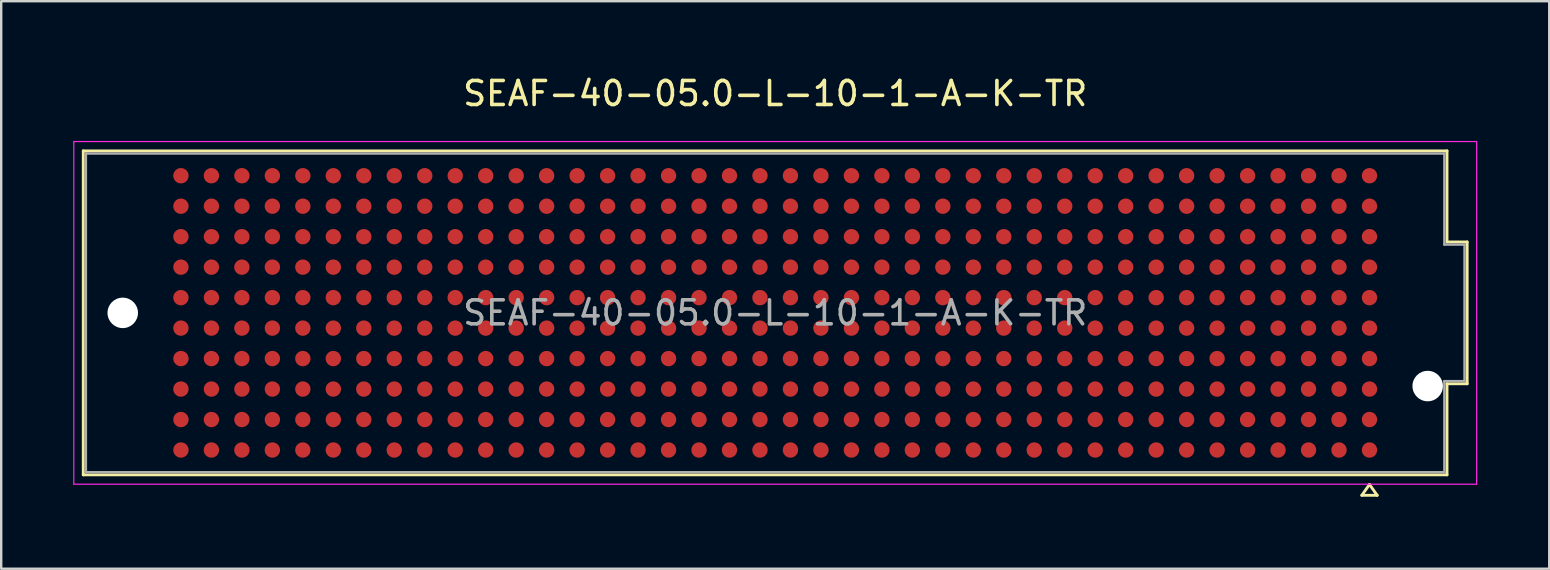
<source format=kicad_pcb>
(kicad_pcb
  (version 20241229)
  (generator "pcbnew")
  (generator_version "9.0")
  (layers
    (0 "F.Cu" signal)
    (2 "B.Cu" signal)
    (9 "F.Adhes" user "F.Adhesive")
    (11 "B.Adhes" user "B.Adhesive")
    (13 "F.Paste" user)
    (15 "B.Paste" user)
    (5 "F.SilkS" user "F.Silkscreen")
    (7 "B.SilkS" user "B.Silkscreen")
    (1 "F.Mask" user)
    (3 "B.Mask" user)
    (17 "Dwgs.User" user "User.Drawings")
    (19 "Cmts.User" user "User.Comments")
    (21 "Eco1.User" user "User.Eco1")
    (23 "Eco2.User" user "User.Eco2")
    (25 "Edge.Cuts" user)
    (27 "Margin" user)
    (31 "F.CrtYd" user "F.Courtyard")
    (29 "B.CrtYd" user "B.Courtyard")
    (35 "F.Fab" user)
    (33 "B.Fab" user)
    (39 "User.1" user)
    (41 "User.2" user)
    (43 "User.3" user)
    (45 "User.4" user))
  (footprint "SEAF-40-05.0-L-10-1-A-K-TR"
    (layer "F.Cu")
    (at 29.255 9.988)
    (property "Reference" "SEAF-40-05.0-L-10-1-A-K-TR" (at 0 -9.14 0) (layer "F.SilkS") (effects (font (size 1 1) (thickness 0.15))))
    (attr smd)
    (fp_line (start -28.835 -6.75) (end 27.995 -6.75) (stroke (width 0.12) (type solid)) (layer "F.SilkS"))
    (fp_line (start -28.835 6.75) (end -28.835 -6.75) (stroke (width 0.12) (type solid)) (layer "F.SilkS"))
    (fp_line (start 24.445 7.603) (end 25.085 7.603) (stroke (width 0.12) (type solid)) (layer "F.SilkS"))
    (fp_line (start 24.765 7.15) (end 24.445 7.603) (stroke (width 0.12) (type solid)) (layer "F.SilkS"))
    (fp_line (start 25.085 7.603) (end 24.765 7.15) (stroke (width 0.12) (type solid)) (layer "F.SilkS"))
    (fp_line (start 27.995 -6.75) (end 27.995 -2.955) (stroke (width 0.12) (type solid)) (layer "F.SilkS"))
    (fp_line (start 27.995 -2.955) (end 28.835 -2.955) (stroke (width 0.12) (type solid)) (layer "F.SilkS"))
    (fp_line (start 27.995 2.955) (end 27.995 6.75) (stroke (width 0.12) (type solid)) (layer "F.SilkS"))
    (fp_line (start 27.995 6.75) (end -28.835 6.75) (stroke (width 0.12) (type solid)) (layer "F.SilkS"))
    (fp_line (start 28.835 -2.955) (end 28.835 2.955) (stroke (width 0.12) (type solid)) (layer "F.SilkS"))
    (fp_line (start 28.835 2.955) (end 27.995 2.955) (stroke (width 0.12) (type solid)) (layer "F.SilkS"))
    (fp_line (start -29.23 -7.14) (end -29.23 7.14) (stroke (width 0.05) (type solid)) (layer "F.CrtYd"))
    (fp_line (start -29.23 7.14) (end 29.23 7.14) (stroke (width 0.05) (type solid)) (layer "F.CrtYd"))
    (fp_line (start 29.23 -7.14) (end -29.23 -7.14) (stroke (width 0.05) (type solid)) (layer "F.CrtYd"))
    (fp_line (start 29.23 7.14) (end 29.23 -7.14) (stroke (width 0.05) (type solid)) (layer "F.CrtYd"))
    (fp_line (start -28.725 -6.64) (end 27.885 -6.64) (stroke (width 0.1) (type solid)) (layer "F.Fab"))
    (fp_line (start -28.725 6.64) (end -28.725 -6.64) (stroke (width 0.1) (type solid)) (layer "F.Fab"))
    (fp_line (start 27.885 -6.64) (end 27.885 -2.845) (stroke (width 0.1) (type solid)) (layer "F.Fab"))
    (fp_line (start 27.885 -2.845) (end 28.725 -2.845) (stroke (width 0.1) (type solid)) (layer "F.Fab"))
    (fp_line (start 27.885 2.845) (end 27.885 6.64) (stroke (width 0.1) (type solid)) (layer "F.Fab"))
    (fp_line (start 27.885 6.64) (end -28.725 6.64) (stroke (width 0.1) (type solid)) (layer "F.Fab"))
    (fp_line (start 28.725 -2.845) (end 28.725 2.845) (stroke (width 0.1) (type solid)) (layer "F.Fab"))
    (fp_line (start 28.725 2.845) (end 27.885 2.845) (stroke (width 0.1) (type solid)) (layer "F.Fab"))
    (fp_text user "${REFERENCE}" (at 0 0 0) (layer "F.Fab") (effects (font (size 1 1) (thickness 0.15))))
    (pad "" np_thru_hole circle (at -27.19 0) (size 1.27 1.27) (drill 1.27) (layers "*.Cu" "*.Mask"))
    (pad "" np_thru_hole circle (at 27.19 3.05) (size 1.27 1.27) (drill 1.27) (layers "*.Cu" "*.Mask"))
    (pad "A1" smd circle (at 24.765 5.715) (size 0.64 0.64) (layers "F.Cu" "F.Mask" "F.Paste"))
    (pad "A2" smd circle (at 23.495 5.715) (size 0.64 0.64) (layers "F.Cu" "F.Mask" "F.Paste"))
    (pad "A3" smd circle (at 22.225 5.715) (size 0.64 0.64) (layers "F.Cu" "F.Mask" "F.Paste"))
    (pad "A4" smd circle (at 20.955 5.715) (size 0.64 0.64) (layers "F.Cu" "F.Mask" "F.Paste"))
    (pad "A5" smd circle (at 19.685 5.715) (size 0.64 0.64) (layers "F.Cu" "F.Mask" "F.Paste"))
    (pad "A6" smd circle (at 18.415 5.715) (size 0.64 0.64) (layers "F.Cu" "F.Mask" "F.Paste"))
    (pad "A7" smd circle (at 17.145 5.715) (size 0.64 0.64) (layers "F.Cu" "F.Mask" "F.Paste"))
    (pad "A8" smd circle (at 15.875 5.715) (size 0.64 0.64) (layers "F.Cu" "F.Mask" "F.Paste"))
    (pad "A9" smd circle (at 14.605 5.715) (size 0.64 0.64) (layers "F.Cu" "F.Mask" "F.Paste"))
    (pad "A10" smd circle (at 13.335 5.715) (size 0.64 0.64) (layers "F.Cu" "F.Mask" "F.Paste"))
    (pad "A11" smd circle (at 12.065 5.715) (size 0.64 0.64) (layers "F.Cu" "F.Mask" "F.Paste"))
    (pad "A12" smd circle (at 10.795 5.715) (size 0.64 0.64) (layers "F.Cu" "F.Mask" "F.Paste"))
    (pad "A13" smd circle (at 9.525 5.715) (size 0.64 0.64) (layers "F.Cu" "F.Mask" "F.Paste"))
    (pad "A14" smd circle (at 8.255 5.715) (size 0.64 0.64) (layers "F.Cu" "F.Mask" "F.Paste"))
    (pad "A15" smd circle (at 6.985 5.715) (size 0.64 0.64) (layers "F.Cu" "F.Mask" "F.Paste"))
    (pad "A16" smd circle (at 5.715 5.715) (size 0.64 0.64) (layers "F.Cu" "F.Mask" "F.Paste"))
    (pad "A17" smd circle (at 4.445 5.715) (size 0.64 0.64) (layers "F.Cu" "F.Mask" "F.Paste"))
    (pad "A18" smd circle (at 3.175 5.715) (size 0.64 0.64) (layers "F.Cu" "F.Mask" "F.Paste"))
    (pad "A19" smd circle (at 1.905 5.715) (size 0.64 0.64) (layers "F.Cu" "F.Mask" "F.Paste"))
    (pad "A20" smd circle (at 0.635 5.715) (size 0.64 0.64) (layers "F.Cu" "F.Mask" "F.Paste"))
    (pad "A21" smd circle (at -0.635 5.715) (size 0.64 0.64) (layers "F.Cu" "F.Mask" "F.Paste"))
    (pad "A22" smd circle (at -1.905 5.715) (size 0.64 0.64) (layers "F.Cu" "F.Mask" "F.Paste"))
    (pad "A23" smd circle (at -3.175 5.715) (size 0.64 0.64) (layers "F.Cu" "F.Mask" "F.Paste"))
    (pad "A24" smd circle (at -4.445 5.715) (size 0.64 0.64) (layers "F.Cu" "F.Mask" "F.Paste"))
    (pad "A25" smd circle (at -5.715 5.715) (size 0.64 0.64) (layers "F.Cu" "F.Mask" "F.Paste"))
    (pad "A26" smd circle (at -6.985 5.715) (size 0.64 0.64) (layers "F.Cu" "F.Mask" "F.Paste"))
    (pad "A27" smd circle (at -8.255 5.715) (size 0.64 0.64) (layers "F.Cu" "F.Mask" "F.Paste"))
    (pad "A28" smd circle (at -9.525 5.715) (size 0.64 0.64) (layers "F.Cu" "F.Mask" "F.Paste"))
    (pad "A29" smd circle (at -10.795 5.715) (size 0.64 0.64) (layers "F.Cu" "F.Mask" "F.Paste"))
    (pad "A30" smd circle (at -12.065 5.715) (size 0.64 0.64) (layers "F.Cu" "F.Mask" "F.Paste"))
    (pad "A31" smd circle (at -13.335 5.715) (size 0.64 0.64) (layers "F.Cu" "F.Mask" "F.Paste"))
    (pad "A32" smd circle (at -14.605 5.715) (size 0.64 0.64) (layers "F.Cu" "F.Mask" "F.Paste"))
    (pad "A33" smd circle (at -15.875 5.715) (size 0.64 0.64) (layers "F.Cu" "F.Mask" "F.Paste"))
    (pad "A34" smd circle (at -17.145 5.715) (size 0.64 0.64) (layers "F.Cu" "F.Mask" "F.Paste"))
    (pad "A35" smd circle (at -18.415 5.715) (size 0.64 0.64) (layers "F.Cu" "F.Mask" "F.Paste"))
    (pad "A36" smd circle (at -19.685 5.715) (size 0.64 0.64) (layers "F.Cu" "F.Mask" "F.Paste"))
    (pad "A37" smd circle (at -20.955 5.715) (size 0.64 0.64) (layers "F.Cu" "F.Mask" "F.Paste"))
    (pad "A38" smd circle (at -22.225 5.715) (size 0.64 0.64) (layers "F.Cu" "F.Mask" "F.Paste"))
    (pad "A39" smd circle (at -23.495 5.715) (size 0.64 0.64) (layers "F.Cu" "F.Mask" "F.Paste"))
    (pad "A40" smd circle (at -24.765 5.715) (size 0.64 0.64) (layers "F.Cu" "F.Mask" "F.Paste"))
    (pad "B1" smd circle (at 24.765 4.445) (size 0.64 0.64) (layers "F.Cu" "F.Mask" "F.Paste"))
    (pad "B2" smd circle (at 23.495 4.445) (size 0.64 0.64) (layers "F.Cu" "F.Mask" "F.Paste"))
    (pad "B3" smd circle (at 22.225 4.445) (size 0.64 0.64) (layers "F.Cu" "F.Mask" "F.Paste"))
    (pad "B4" smd circle (at 20.955 4.445) (size 0.64 0.64) (layers "F.Cu" "F.Mask" "F.Paste"))
    (pad "B5" smd circle (at 19.685 4.445) (size 0.64 0.64) (layers "F.Cu" "F.Mask" "F.Paste"))
    (pad "B6" smd circle (at 18.415 4.445) (size 0.64 0.64) (layers "F.Cu" "F.Mask" "F.Paste"))
    (pad "B7" smd circle (at 17.145 4.445) (size 0.64 0.64) (layers "F.Cu" "F.Mask" "F.Paste"))
    (pad "B8" smd circle (at 15.875 4.445) (size 0.64 0.64) (layers "F.Cu" "F.Mask" "F.Paste"))
    (pad "B9" smd circle (at 14.605 4.445) (size 0.64 0.64) (layers "F.Cu" "F.Mask" "F.Paste"))
    (pad "B10" smd circle (at 13.335 4.445) (size 0.64 0.64) (layers "F.Cu" "F.Mask" "F.Paste"))
    (pad "B11" smd circle (at 12.065 4.445) (size 0.64 0.64) (layers "F.Cu" "F.Mask" "F.Paste"))
    (pad "B12" smd circle (at 10.795 4.445) (size 0.64 0.64) (layers "F.Cu" "F.Mask" "F.Paste"))
    (pad "B13" smd circle (at 9.525 4.445) (size 0.64 0.64) (layers "F.Cu" "F.Mask" "F.Paste"))
    (pad "B14" smd circle (at 8.255 4.445) (size 0.64 0.64) (layers "F.Cu" "F.Mask" "F.Paste"))
    (pad "B15" smd circle (at 6.985 4.445) (size 0.64 0.64) (layers "F.Cu" "F.Mask" "F.Paste"))
    (pad "B16" smd circle (at 5.715 4.445) (size 0.64 0.64) (layers "F.Cu" "F.Mask" "F.Paste"))
    (pad "B17" smd circle (at 4.445 4.445) (size 0.64 0.64) (layers "F.Cu" "F.Mask" "F.Paste"))
    (pad "B18" smd circle (at 3.175 4.445) (size 0.64 0.64) (layers "F.Cu" "F.Mask" "F.Paste"))
    (pad "B19" smd circle (at 1.905 4.445) (size 0.64 0.64) (layers "F.Cu" "F.Mask" "F.Paste"))
    (pad "B20" smd circle (at 0.635 4.445) (size 0.64 0.64) (layers "F.Cu" "F.Mask" "F.Paste"))
    (pad "B21" smd circle (at -0.635 4.445) (size 0.64 0.64) (layers "F.Cu" "F.Mask" "F.Paste"))
    (pad "B22" smd circle (at -1.905 4.445) (size 0.64 0.64) (layers "F.Cu" "F.Mask" "F.Paste"))
    (pad "B23" smd circle (at -3.175 4.445) (size 0.64 0.64) (layers "F.Cu" "F.Mask" "F.Paste"))
    (pad "B24" smd circle (at -4.445 4.445) (size 0.64 0.64) (layers "F.Cu" "F.Mask" "F.Paste"))
    (pad "B25" smd circle (at -5.715 4.445) (size 0.64 0.64) (layers "F.Cu" "F.Mask" "F.Paste"))
    (pad "B26" smd circle (at -6.985 4.445) (size 0.64 0.64) (layers "F.Cu" "F.Mask" "F.Paste"))
    (pad "B27" smd circle (at -8.255 4.445) (size 0.64 0.64) (layers "F.Cu" "F.Mask" "F.Paste"))
    (pad "B28" smd circle (at -9.525 4.445) (size 0.64 0.64) (layers "F.Cu" "F.Mask" "F.Paste"))
    (pad "B29" smd circle (at -10.795 4.445) (size 0.64 0.64) (layers "F.Cu" "F.Mask" "F.Paste"))
    (pad "B30" smd circle (at -12.065 4.445) (size 0.64 0.64) (layers "F.Cu" "F.Mask" "F.Paste"))
    (pad "B31" smd circle (at -13.335 4.445) (size 0.64 0.64) (layers "F.Cu" "F.Mask" "F.Paste"))
    (pad "B32" smd circle (at -14.605 4.445) (size 0.64 0.64) (layers "F.Cu" "F.Mask" "F.Paste"))
    (pad "B33" smd circle (at -15.875 4.445) (size 0.64 0.64) (layers "F.Cu" "F.Mask" "F.Paste"))
    (pad "B34" smd circle (at -17.145 4.445) (size 0.64 0.64) (layers "F.Cu" "F.Mask" "F.Paste"))
    (pad "B35" smd circle (at -18.415 4.445) (size 0.64 0.64) (layers "F.Cu" "F.Mask" "F.Paste"))
    (pad "B36" smd circle (at -19.685 4.445) (size 0.64 0.64) (layers "F.Cu" "F.Mask" "F.Paste"))
    (pad "B37" smd circle (at -20.955 4.445) (size 0.64 0.64) (layers "F.Cu" "F.Mask" "F.Paste"))
    (pad "B38" smd circle (at -22.225 4.445) (size 0.64 0.64) (layers "F.Cu" "F.Mask" "F.Paste"))
    (pad "B39" smd circle (at -23.495 4.445) (size 0.64 0.64) (layers "F.Cu" "F.Mask" "F.Paste"))
    (pad "B40" smd circle (at -24.765 4.445) (size 0.64 0.64) (layers "F.Cu" "F.Mask" "F.Paste"))
    (pad "C1" smd circle (at 24.765 3.175) (size 0.64 0.64) (layers "F.Cu" "F.Mask" "F.Paste"))
    (pad "C2" smd circle (at 23.495 3.175) (size 0.64 0.64) (layers "F.Cu" "F.Mask" "F.Paste"))
    (pad "C3" smd circle (at 22.225 3.175) (size 0.64 0.64) (layers "F.Cu" "F.Mask" "F.Paste"))
    (pad "C4" smd circle (at 20.955 3.175) (size 0.64 0.64) (layers "F.Cu" "F.Mask" "F.Paste"))
    (pad "C5" smd circle (at 19.685 3.175) (size 0.64 0.64) (layers "F.Cu" "F.Mask" "F.Paste"))
    (pad "C6" smd circle (at 18.415 3.175) (size 0.64 0.64) (layers "F.Cu" "F.Mask" "F.Paste"))
    (pad "C7" smd circle (at 17.145 3.175) (size 0.64 0.64) (layers "F.Cu" "F.Mask" "F.Paste"))
    (pad "C8" smd circle (at 15.875 3.175) (size 0.64 0.64) (layers "F.Cu" "F.Mask" "F.Paste"))
    (pad "C9" smd circle (at 14.605 3.175) (size 0.64 0.64) (layers "F.Cu" "F.Mask" "F.Paste"))
    (pad "C10" smd circle (at 13.335 3.175) (size 0.64 0.64) (layers "F.Cu" "F.Mask" "F.Paste"))
    (pad "C11" smd circle (at 12.065 3.175) (size 0.64 0.64) (layers "F.Cu" "F.Mask" "F.Paste"))
    (pad "C12" smd circle (at 10.795 3.175) (size 0.64 0.64) (layers "F.Cu" "F.Mask" "F.Paste"))
    (pad "C13" smd circle (at 9.525 3.175) (size 0.64 0.64) (layers "F.Cu" "F.Mask" "F.Paste"))
    (pad "C14" smd circle (at 8.255 3.175) (size 0.64 0.64) (layers "F.Cu" "F.Mask" "F.Paste"))
    (pad "C15" smd circle (at 6.985 3.175) (size 0.64 0.64) (layers "F.Cu" "F.Mask" "F.Paste"))
    (pad "C16" smd circle (at 5.715 3.175) (size 0.64 0.64) (layers "F.Cu" "F.Mask" "F.Paste"))
    (pad "C17" smd circle (at 4.445 3.175) (size 0.64 0.64) (layers "F.Cu" "F.Mask" "F.Paste"))
    (pad "C18" smd circle (at 3.175 3.175) (size 0.64 0.64) (layers "F.Cu" "F.Mask" "F.Paste"))
    (pad "C19" smd circle (at 1.905 3.175) (size 0.64 0.64) (layers "F.Cu" "F.Mask" "F.Paste"))
    (pad "C20" smd circle (at 0.635 3.175) (size 0.64 0.64) (layers "F.Cu" "F.Mask" "F.Paste"))
    (pad "C21" smd circle (at -0.635 3.175) (size 0.64 0.64) (layers "F.Cu" "F.Mask" "F.Paste"))
    (pad "C22" smd circle (at -1.905 3.175) (size 0.64 0.64) (layers "F.Cu" "F.Mask" "F.Paste"))
    (pad "C23" smd circle (at -3.175 3.175) (size 0.64 0.64) (layers "F.Cu" "F.Mask" "F.Paste"))
    (pad "C24" smd circle (at -4.445 3.175) (size 0.64 0.64) (layers "F.Cu" "F.Mask" "F.Paste"))
    (pad "C25" smd circle (at -5.715 3.175) (size 0.64 0.64) (layers "F.Cu" "F.Mask" "F.Paste"))
    (pad "C26" smd circle (at -6.985 3.175) (size 0.64 0.64) (layers "F.Cu" "F.Mask" "F.Paste"))
    (pad "C27" smd circle (at -8.255 3.175) (size 0.64 0.64) (layers "F.Cu" "F.Mask" "F.Paste"))
    (pad "C28" smd circle (at -9.525 3.175) (size 0.64 0.64) (layers "F.Cu" "F.Mask" "F.Paste"))
    (pad "C29" smd circle (at -10.795 3.175) (size 0.64 0.64) (layers "F.Cu" "F.Mask" "F.Paste"))
    (pad "C30" smd circle (at -12.065 3.175) (size 0.64 0.64) (layers "F.Cu" "F.Mask" "F.Paste"))
    (pad "C31" smd circle (at -13.335 3.175) (size 0.64 0.64) (layers "F.Cu" "F.Mask" "F.Paste"))
    (pad "C32" smd circle (at -14.605 3.175) (size 0.64 0.64) (layers "F.Cu" "F.Mask" "F.Paste"))
    (pad "C33" smd circle (at -15.875 3.175) (size 0.64 0.64) (layers "F.Cu" "F.Mask" "F.Paste"))
    (pad "C34" smd circle (at -17.145 3.175) (size 0.64 0.64) (layers "F.Cu" "F.Mask" "F.Paste"))
    (pad "C35" smd circle (at -18.415 3.175) (size 0.64 0.64) (layers "F.Cu" "F.Mask" "F.Paste"))
    (pad "C36" smd circle (at -19.685 3.175) (size 0.64 0.64) (layers "F.Cu" "F.Mask" "F.Paste"))
    (pad "C37" smd circle (at -20.955 3.175) (size 0.64 0.64) (layers "F.Cu" "F.Mask" "F.Paste"))
    (pad "C38" smd circle (at -22.225 3.175) (size 0.64 0.64) (layers "F.Cu" "F.Mask" "F.Paste"))
    (pad "C39" smd circle (at -23.495 3.175) (size 0.64 0.64) (layers "F.Cu" "F.Mask" "F.Paste"))
    (pad "C40" smd circle (at -24.765 3.175) (size 0.64 0.64) (layers "F.Cu" "F.Mask" "F.Paste"))
    (pad "D1" smd circle (at 24.765 1.905) (size 0.64 0.64) (layers "F.Cu" "F.Mask" "F.Paste"))
    (pad "D2" smd circle (at 23.495 1.905) (size 0.64 0.64) (layers "F.Cu" "F.Mask" "F.Paste"))
    (pad "D3" smd circle (at 22.225 1.905) (size 0.64 0.64) (layers "F.Cu" "F.Mask" "F.Paste"))
    (pad "D4" smd circle (at 20.955 1.905) (size 0.64 0.64) (layers "F.Cu" "F.Mask" "F.Paste"))
    (pad "D5" smd circle (at 19.685 1.905) (size 0.64 0.64) (layers "F.Cu" "F.Mask" "F.Paste"))
    (pad "D6" smd circle (at 18.415 1.905) (size 0.64 0.64) (layers "F.Cu" "F.Mask" "F.Paste"))
    (pad "D7" smd circle (at 17.145 1.905) (size 0.64 0.64) (layers "F.Cu" "F.Mask" "F.Paste"))
    (pad "D8" smd circle (at 15.875 1.905) (size 0.64 0.64) (layers "F.Cu" "F.Mask" "F.Paste"))
    (pad "D9" smd circle (at 14.605 1.905) (size 0.64 0.64) (layers "F.Cu" "F.Mask" "F.Paste"))
    (pad "D10" smd circle (at 13.335 1.905) (size 0.64 0.64) (layers "F.Cu" "F.Mask" "F.Paste"))
    (pad "D11" smd circle (at 12.065 1.905) (size 0.64 0.64) (layers "F.Cu" "F.Mask" "F.Paste"))
    (pad "D12" smd circle (at 10.795 1.905) (size 0.64 0.64) (layers "F.Cu" "F.Mask" "F.Paste"))
    (pad "D13" smd circle (at 9.525 1.905) (size 0.64 0.64) (layers "F.Cu" "F.Mask" "F.Paste"))
    (pad "D14" smd circle (at 8.255 1.905) (size 0.64 0.64) (layers "F.Cu" "F.Mask" "F.Paste"))
    (pad "D15" smd circle (at 6.985 1.905) (size 0.64 0.64) (layers "F.Cu" "F.Mask" "F.Paste"))
    (pad "D16" smd circle (at 5.715 1.905) (size 0.64 0.64) (layers "F.Cu" "F.Mask" "F.Paste"))
    (pad "D17" smd circle (at 4.445 1.905) (size 0.64 0.64) (layers "F.Cu" "F.Mask" "F.Paste"))
    (pad "D18" smd circle (at 3.175 1.905) (size 0.64 0.64) (layers "F.Cu" "F.Mask" "F.Paste"))
    (pad "D19" smd circle (at 1.905 1.905) (size 0.64 0.64) (layers "F.Cu" "F.Mask" "F.Paste"))
    (pad "D20" smd circle (at 0.635 1.905) (size 0.64 0.64) (layers "F.Cu" "F.Mask" "F.Paste"))
    (pad "D21" smd circle (at -0.635 1.905) (size 0.64 0.64) (layers "F.Cu" "F.Mask" "F.Paste"))
    (pad "D22" smd circle (at -1.905 1.905) (size 0.64 0.64) (layers "F.Cu" "F.Mask" "F.Paste"))
    (pad "D23" smd circle (at -3.175 1.905) (size 0.64 0.64) (layers "F.Cu" "F.Mask" "F.Paste"))
    (pad "D24" smd circle (at -4.445 1.905) (size 0.64 0.64) (layers "F.Cu" "F.Mask" "F.Paste"))
    (pad "D25" smd circle (at -5.715 1.905) (size 0.64 0.64) (layers "F.Cu" "F.Mask" "F.Paste"))
    (pad "D26" smd circle (at -6.985 1.905) (size 0.64 0.64) (layers "F.Cu" "F.Mask" "F.Paste"))
    (pad "D27" smd circle (at -8.255 1.905) (size 0.64 0.64) (layers "F.Cu" "F.Mask" "F.Paste"))
    (pad "D28" smd circle (at -9.525 1.905) (size 0.64 0.64) (layers "F.Cu" "F.Mask" "F.Paste"))
    (pad "D29" smd circle (at -10.795 1.905) (size 0.64 0.64) (layers "F.Cu" "F.Mask" "F.Paste"))
    (pad "D30" smd circle (at -12.065 1.905) (size 0.64 0.64) (layers "F.Cu" "F.Mask" "F.Paste"))
    (pad "D31" smd circle (at -13.335 1.905) (size 0.64 0.64) (layers "F.Cu" "F.Mask" "F.Paste"))
    (pad "D32" smd circle (at -14.605 1.905) (size 0.64 0.64) (layers "F.Cu" "F.Mask" "F.Paste"))
    (pad "D33" smd circle (at -15.875 1.905) (size 0.64 0.64) (layers "F.Cu" "F.Mask" "F.Paste"))
    (pad "D34" smd circle (at -17.145 1.905) (size 0.64 0.64) (layers "F.Cu" "F.Mask" "F.Paste"))
    (pad "D35" smd circle (at -18.415 1.905) (size 0.64 0.64) (layers "F.Cu" "F.Mask" "F.Paste"))
    (pad "D36" smd circle (at -19.685 1.905) (size 0.64 0.64) (layers "F.Cu" "F.Mask" "F.Paste"))
    (pad "D37" smd circle (at -20.955 1.905) (size 0.64 0.64) (layers "F.Cu" "F.Mask" "F.Paste"))
    (pad "D38" smd circle (at -22.225 1.905) (size 0.64 0.64) (layers "F.Cu" "F.Mask" "F.Paste"))
    (pad "D39" smd circle (at -23.495 1.905) (size 0.64 0.64) (layers "F.Cu" "F.Mask" "F.Paste"))
    (pad "D40" smd circle (at -24.765 1.905) (size 0.64 0.64) (layers "F.Cu" "F.Mask" "F.Paste"))
    (pad "E1" smd circle (at 24.765 0.635) (size 0.64 0.64) (layers "F.Cu" "F.Mask" "F.Paste"))
    (pad "E2" smd circle (at 23.495 0.635) (size 0.64 0.64) (layers "F.Cu" "F.Mask" "F.Paste"))
    (pad "E3" smd circle (at 22.225 0.635) (size 0.64 0.64) (layers "F.Cu" "F.Mask" "F.Paste"))
    (pad "E4" smd circle (at 20.955 0.635) (size 0.64 0.64) (layers "F.Cu" "F.Mask" "F.Paste"))
    (pad "E5" smd circle (at 19.685 0.635) (size 0.64 0.64) (layers "F.Cu" "F.Mask" "F.Paste"))
    (pad "E6" smd circle (at 18.415 0.635) (size 0.64 0.64) (layers "F.Cu" "F.Mask" "F.Paste"))
    (pad "E7" smd circle (at 17.145 0.635) (size 0.64 0.64) (layers "F.Cu" "F.Mask" "F.Paste"))
    (pad "E8" smd circle (at 15.875 0.635) (size 0.64 0.64) (layers "F.Cu" "F.Mask" "F.Paste"))
    (pad "E9" smd circle (at 14.605 0.635) (size 0.64 0.64) (layers "F.Cu" "F.Mask" "F.Paste"))
    (pad "E10" smd circle (at 13.335 0.635) (size 0.64 0.64) (layers "F.Cu" "F.Mask" "F.Paste"))
    (pad "E11" smd circle (at 12.065 0.635) (size 0.64 0.64) (layers "F.Cu" "F.Mask" "F.Paste"))
    (pad "E12" smd circle (at 10.795 0.635) (size 0.64 0.64) (layers "F.Cu" "F.Mask" "F.Paste"))
    (pad "E13" smd circle (at 9.525 0.635) (size 0.64 0.64) (layers "F.Cu" "F.Mask" "F.Paste"))
    (pad "E14" smd circle (at 8.255 0.635) (size 0.64 0.64) (layers "F.Cu" "F.Mask" "F.Paste"))
    (pad "E15" smd circle (at 6.985 0.635) (size 0.64 0.64) (layers "F.Cu" "F.Mask" "F.Paste"))
    (pad "E16" smd circle (at 5.715 0.635) (size 0.64 0.64) (layers "F.Cu" "F.Mask" "F.Paste"))
    (pad "E17" smd circle (at 4.445 0.635) (size 0.64 0.64) (layers "F.Cu" "F.Mask" "F.Paste"))
    (pad "E18" smd circle (at 3.175 0.635) (size 0.64 0.64) (layers "F.Cu" "F.Mask" "F.Paste"))
    (pad "E19" smd circle (at 1.905 0.635) (size 0.64 0.64) (layers "F.Cu" "F.Mask" "F.Paste"))
    (pad "E20" smd circle (at 0.635 0.635) (size 0.64 0.64) (layers "F.Cu" "F.Mask" "F.Paste"))
    (pad "E21" smd circle (at -0.635 0.635) (size 0.64 0.64) (layers "F.Cu" "F.Mask" "F.Paste"))
    (pad "E22" smd circle (at -1.905 0.635) (size 0.64 0.64) (layers "F.Cu" "F.Mask" "F.Paste"))
    (pad "E23" smd circle (at -3.175 0.635) (size 0.64 0.64) (layers "F.Cu" "F.Mask" "F.Paste"))
    (pad "E24" smd circle (at -4.445 0.635) (size 0.64 0.64) (layers "F.Cu" "F.Mask" "F.Paste"))
    (pad "E25" smd circle (at -5.715 0.635) (size 0.64 0.64) (layers "F.Cu" "F.Mask" "F.Paste"))
    (pad "E26" smd circle (at -6.985 0.635) (size 0.64 0.64) (layers "F.Cu" "F.Mask" "F.Paste"))
    (pad "E27" smd circle (at -8.255 0.635) (size 0.64 0.64) (layers "F.Cu" "F.Mask" "F.Paste"))
    (pad "E28" smd circle (at -9.525 0.635) (size 0.64 0.64) (layers "F.Cu" "F.Mask" "F.Paste"))
    (pad "E29" smd circle (at -10.795 0.635) (size 0.64 0.64) (layers "F.Cu" "F.Mask" "F.Paste"))
    (pad "E30" smd circle (at -12.065 0.635) (size 0.64 0.64) (layers "F.Cu" "F.Mask" "F.Paste"))
    (pad "E31" smd circle (at -13.335 0.635) (size 0.64 0.64) (layers "F.Cu" "F.Mask" "F.Paste"))
    (pad "E32" smd circle (at -14.605 0.635) (size 0.64 0.64) (layers "F.Cu" "F.Mask" "F.Paste"))
    (pad "E33" smd circle (at -15.875 0.635) (size 0.64 0.64) (layers "F.Cu" "F.Mask" "F.Paste"))
    (pad "E34" smd circle (at -17.145 0.635) (size 0.64 0.64) (layers "F.Cu" "F.Mask" "F.Paste"))
    (pad "E35" smd circle (at -18.415 0.635) (size 0.64 0.64) (layers "F.Cu" "F.Mask" "F.Paste"))
    (pad "E36" smd circle (at -19.685 0.635) (size 0.64 0.64) (layers "F.Cu" "F.Mask" "F.Paste"))
    (pad "E37" smd circle (at -20.955 0.635) (size 0.64 0.64) (layers "F.Cu" "F.Mask" "F.Paste"))
    (pad "E38" smd circle (at -22.225 0.635) (size 0.64 0.64) (layers "F.Cu" "F.Mask" "F.Paste"))
    (pad "E39" smd circle (at -23.495 0.635) (size 0.64 0.64) (layers "F.Cu" "F.Mask" "F.Paste"))
    (pad "E40" smd circle (at -24.765 0.635) (size 0.64 0.64) (layers "F.Cu" "F.Mask" "F.Paste"))
    (pad "F1" smd circle (at 24.765 -0.635) (size 0.64 0.64) (layers "F.Cu" "F.Mask" "F.Paste"))
    (pad "F2" smd circle (at 23.495 -0.635) (size 0.64 0.64) (layers "F.Cu" "F.Mask" "F.Paste"))
    (pad "F3" smd circle (at 22.225 -0.635) (size 0.64 0.64) (layers "F.Cu" "F.Mask" "F.Paste"))
    (pad "F4" smd circle (at 20.955 -0.635) (size 0.64 0.64) (layers "F.Cu" "F.Mask" "F.Paste"))
    (pad "F5" smd circle (at 19.685 -0.635) (size 0.64 0.64) (layers "F.Cu" "F.Mask" "F.Paste"))
    (pad "F6" smd circle (at 18.415 -0.635) (size 0.64 0.64) (layers "F.Cu" "F.Mask" "F.Paste"))
    (pad "F7" smd circle (at 17.145 -0.635) (size 0.64 0.64) (layers "F.Cu" "F.Mask" "F.Paste"))
    (pad "F8" smd circle (at 15.875 -0.635) (size 0.64 0.64) (layers "F.Cu" "F.Mask" "F.Paste"))
    (pad "F9" smd circle (at 14.605 -0.635) (size 0.64 0.64) (layers "F.Cu" "F.Mask" "F.Paste"))
    (pad "F10" smd circle (at 13.335 -0.635) (size 0.64 0.64) (layers "F.Cu" "F.Mask" "F.Paste"))
    (pad "F11" smd circle (at 12.065 -0.635) (size 0.64 0.64) (layers "F.Cu" "F.Mask" "F.Paste"))
    (pad "F12" smd circle (at 10.795 -0.635) (size 0.64 0.64) (layers "F.Cu" "F.Mask" "F.Paste"))
    (pad "F13" smd circle (at 9.525 -0.635) (size 0.64 0.64) (layers "F.Cu" "F.Mask" "F.Paste"))
    (pad "F14" smd circle (at 8.255 -0.635) (size 0.64 0.64) (layers "F.Cu" "F.Mask" "F.Paste"))
    (pad "F15" smd circle (at 6.985 -0.635) (size 0.64 0.64) (layers "F.Cu" "F.Mask" "F.Paste"))
    (pad "F16" smd circle (at 5.715 -0.635) (size 0.64 0.64) (layers "F.Cu" "F.Mask" "F.Paste"))
    (pad "F17" smd circle (at 4.445 -0.635) (size 0.64 0.64) (layers "F.Cu" "F.Mask" "F.Paste"))
    (pad "F18" smd circle (at 3.175 -0.635) (size 0.64 0.64) (layers "F.Cu" "F.Mask" "F.Paste"))
    (pad "F19" smd circle (at 1.905 -0.635) (size 0.64 0.64) (layers "F.Cu" "F.Mask" "F.Paste"))
    (pad "F20" smd circle (at 0.635 -0.635) (size 0.64 0.64) (layers "F.Cu" "F.Mask" "F.Paste"))
    (pad "F21" smd circle (at -0.635 -0.635) (size 0.64 0.64) (layers "F.Cu" "F.Mask" "F.Paste"))
    (pad "F22" smd circle (at -1.905 -0.635) (size 0.64 0.64) (layers "F.Cu" "F.Mask" "F.Paste"))
    (pad "F23" smd circle (at -3.175 -0.635) (size 0.64 0.64) (layers "F.Cu" "F.Mask" "F.Paste"))
    (pad "F24" smd circle (at -4.445 -0.635) (size 0.64 0.64) (layers "F.Cu" "F.Mask" "F.Paste"))
    (pad "F25" smd circle (at -5.715 -0.635) (size 0.64 0.64) (layers "F.Cu" "F.Mask" "F.Paste"))
    (pad "F26" smd circle (at -6.985 -0.635) (size 0.64 0.64) (layers "F.Cu" "F.Mask" "F.Paste"))
    (pad "F27" smd circle (at -8.255 -0.635) (size 0.64 0.64) (layers "F.Cu" "F.Mask" "F.Paste"))
    (pad "F28" smd circle (at -9.525 -0.635) (size 0.64 0.64) (layers "F.Cu" "F.Mask" "F.Paste"))
    (pad "F29" smd circle (at -10.795 -0.635) (size 0.64 0.64) (layers "F.Cu" "F.Mask" "F.Paste"))
    (pad "F30" smd circle (at -12.065 -0.635) (size 0.64 0.64) (layers "F.Cu" "F.Mask" "F.Paste"))
    (pad "F31" smd circle (at -13.335 -0.635) (size 0.64 0.64) (layers "F.Cu" "F.Mask" "F.Paste"))
    (pad "F32" smd circle (at -14.605 -0.635) (size 0.64 0.64) (layers "F.Cu" "F.Mask" "F.Paste"))
    (pad "F33" smd circle (at -15.875 -0.635) (size 0.64 0.64) (layers "F.Cu" "F.Mask" "F.Paste"))
    (pad "F34" smd circle (at -17.145 -0.635) (size 0.64 0.64) (layers "F.Cu" "F.Mask" "F.Paste"))
    (pad "F35" smd circle (at -18.415 -0.635) (size 0.64 0.64) (layers "F.Cu" "F.Mask" "F.Paste"))
    (pad "F36" smd circle (at -19.685 -0.635) (size 0.64 0.64) (layers "F.Cu" "F.Mask" "F.Paste"))
    (pad "F37" smd circle (at -20.955 -0.635) (size 0.64 0.64) (layers "F.Cu" "F.Mask" "F.Paste"))
    (pad "F38" smd circle (at -22.225 -0.635) (size 0.64 0.64) (layers "F.Cu" "F.Mask" "F.Paste"))
    (pad "F39" smd circle (at -23.495 -0.635) (size 0.64 0.64) (layers "F.Cu" "F.Mask" "F.Paste"))
    (pad "F40" smd circle (at -24.765 -0.635) (size 0.64 0.64) (layers "F.Cu" "F.Mask" "F.Paste"))
    (pad "G1" smd circle (at 24.765 -1.905) (size 0.64 0.64) (layers "F.Cu" "F.Mask" "F.Paste"))
    (pad "G2" smd circle (at 23.495 -1.905) (size 0.64 0.64) (layers "F.Cu" "F.Mask" "F.Paste"))
    (pad "G3" smd circle (at 22.225 -1.905) (size 0.64 0.64) (layers "F.Cu" "F.Mask" "F.Paste"))
    (pad "G4" smd circle (at 20.955 -1.905) (size 0.64 0.64) (layers "F.Cu" "F.Mask" "F.Paste"))
    (pad "G5" smd circle (at 19.685 -1.905) (size 0.64 0.64) (layers "F.Cu" "F.Mask" "F.Paste"))
    (pad "G6" smd circle (at 18.415 -1.905) (size 0.64 0.64) (layers "F.Cu" "F.Mask" "F.Paste"))
    (pad "G7" smd circle (at 17.145 -1.905) (size 0.64 0.64) (layers "F.Cu" "F.Mask" "F.Paste"))
    (pad "G8" smd circle (at 15.875 -1.905) (size 0.64 0.64) (layers "F.Cu" "F.Mask" "F.Paste"))
    (pad "G9" smd circle (at 14.605 -1.905) (size 0.64 0.64) (layers "F.Cu" "F.Mask" "F.Paste"))
    (pad "G10" smd circle (at 13.335 -1.905) (size 0.64 0.64) (layers "F.Cu" "F.Mask" "F.Paste"))
    (pad "G11" smd circle (at 12.065 -1.905) (size 0.64 0.64) (layers "F.Cu" "F.Mask" "F.Paste"))
    (pad "G12" smd circle (at 10.795 -1.905) (size 0.64 0.64) (layers "F.Cu" "F.Mask" "F.Paste"))
    (pad "G13" smd circle (at 9.525 -1.905) (size 0.64 0.64) (layers "F.Cu" "F.Mask" "F.Paste"))
    (pad "G14" smd circle (at 8.255 -1.905) (size 0.64 0.64) (layers "F.Cu" "F.Mask" "F.Paste"))
    (pad "G15" smd circle (at 6.985 -1.905) (size 0.64 0.64) (layers "F.Cu" "F.Mask" "F.Paste"))
    (pad "G16" smd circle (at 5.715 -1.905) (size 0.64 0.64) (layers "F.Cu" "F.Mask" "F.Paste"))
    (pad "G17" smd circle (at 4.445 -1.905) (size 0.64 0.64) (layers "F.Cu" "F.Mask" "F.Paste"))
    (pad "G18" smd circle (at 3.175 -1.905) (size 0.64 0.64) (layers "F.Cu" "F.Mask" "F.Paste"))
    (pad "G19" smd circle (at 1.905 -1.905) (size 0.64 0.64) (layers "F.Cu" "F.Mask" "F.Paste"))
    (pad "G20" smd circle (at 0.635 -1.905) (size 0.64 0.64) (layers "F.Cu" "F.Mask" "F.Paste"))
    (pad "G21" smd circle (at -0.635 -1.905) (size 0.64 0.64) (layers "F.Cu" "F.Mask" "F.Paste"))
    (pad "G22" smd circle (at -1.905 -1.905) (size 0.64 0.64) (layers "F.Cu" "F.Mask" "F.Paste"))
    (pad "G23" smd circle (at -3.175 -1.905) (size 0.64 0.64) (layers "F.Cu" "F.Mask" "F.Paste"))
    (pad "G24" smd circle (at -4.445 -1.905) (size 0.64 0.64) (layers "F.Cu" "F.Mask" "F.Paste"))
    (pad "G25" smd circle (at -5.715 -1.905) (size 0.64 0.64) (layers "F.Cu" "F.Mask" "F.Paste"))
    (pad "G26" smd circle (at -6.985 -1.905) (size 0.64 0.64) (layers "F.Cu" "F.Mask" "F.Paste"))
    (pad "G27" smd circle (at -8.255 -1.905) (size 0.64 0.64) (layers "F.Cu" "F.Mask" "F.Paste"))
    (pad "G28" smd circle (at -9.525 -1.905) (size 0.64 0.64) (layers "F.Cu" "F.Mask" "F.Paste"))
    (pad "G29" smd circle (at -10.795 -1.905) (size 0.64 0.64) (layers "F.Cu" "F.Mask" "F.Paste"))
    (pad "G30" smd circle (at -12.065 -1.905) (size 0.64 0.64) (layers "F.Cu" "F.Mask" "F.Paste"))
    (pad "G31" smd circle (at -13.335 -1.905) (size 0.64 0.64) (layers "F.Cu" "F.Mask" "F.Paste"))
    (pad "G32" smd circle (at -14.605 -1.905) (size 0.64 0.64) (layers "F.Cu" "F.Mask" "F.Paste"))
    (pad "G33" smd circle (at -15.875 -1.905) (size 0.64 0.64) (layers "F.Cu" "F.Mask" "F.Paste"))
    (pad "G34" smd circle (at -17.145 -1.905) (size 0.64 0.64) (layers "F.Cu" "F.Mask" "F.Paste"))
    (pad "G35" smd circle (at -18.415 -1.905) (size 0.64 0.64) (layers "F.Cu" "F.Mask" "F.Paste"))
    (pad "G36" smd circle (at -19.685 -1.905) (size 0.64 0.64) (layers "F.Cu" "F.Mask" "F.Paste"))
    (pad "G37" smd circle (at -20.955 -1.905) (size 0.64 0.64) (layers "F.Cu" "F.Mask" "F.Paste"))
    (pad "G38" smd circle (at -22.225 -1.905) (size 0.64 0.64) (layers "F.Cu" "F.Mask" "F.Paste"))
    (pad "G39" smd circle (at -23.495 -1.905) (size 0.64 0.64) (layers "F.Cu" "F.Mask" "F.Paste"))
    (pad "G40" smd circle (at -24.765 -1.905) (size 0.64 0.64) (layers "F.Cu" "F.Mask" "F.Paste"))
    (pad "H1" smd circle (at 24.765 -3.175) (size 0.64 0.64) (layers "F.Cu" "F.Mask" "F.Paste"))
    (pad "H2" smd circle (at 23.495 -3.175) (size 0.64 0.64) (layers "F.Cu" "F.Mask" "F.Paste"))
    (pad "H3" smd circle (at 22.225 -3.175) (size 0.64 0.64) (layers "F.Cu" "F.Mask" "F.Paste"))
    (pad "H4" smd circle (at 20.955 -3.175) (size 0.64 0.64) (layers "F.Cu" "F.Mask" "F.Paste"))
    (pad "H5" smd circle (at 19.685 -3.175) (size 0.64 0.64) (layers "F.Cu" "F.Mask" "F.Paste"))
    (pad "H6" smd circle (at 18.415 -3.175) (size 0.64 0.64) (layers "F.Cu" "F.Mask" "F.Paste"))
    (pad "H7" smd circle (at 17.145 -3.175) (size 0.64 0.64) (layers "F.Cu" "F.Mask" "F.Paste"))
    (pad "H8" smd circle (at 15.875 -3.175) (size 0.64 0.64) (layers "F.Cu" "F.Mask" "F.Paste"))
    (pad "H9" smd circle (at 14.605 -3.175) (size 0.64 0.64) (layers "F.Cu" "F.Mask" "F.Paste"))
    (pad "H10" smd circle (at 13.335 -3.175) (size 0.64 0.64) (layers "F.Cu" "F.Mask" "F.Paste"))
    (pad "H11" smd circle (at 12.065 -3.175) (size 0.64 0.64) (layers "F.Cu" "F.Mask" "F.Paste"))
    (pad "H12" smd circle (at 10.795 -3.175) (size 0.64 0.64) (layers "F.Cu" "F.Mask" "F.Paste"))
    (pad "H13" smd circle (at 9.525 -3.175) (size 0.64 0.64) (layers "F.Cu" "F.Mask" "F.Paste"))
    (pad "H14" smd circle (at 8.255 -3.175) (size 0.64 0.64) (layers "F.Cu" "F.Mask" "F.Paste"))
    (pad "H15" smd circle (at 6.985 -3.175) (size 0.64 0.64) (layers "F.Cu" "F.Mask" "F.Paste"))
    (pad "H16" smd circle (at 5.715 -3.175) (size 0.64 0.64) (layers "F.Cu" "F.Mask" "F.Paste"))
    (pad "H17" smd circle (at 4.445 -3.175) (size 0.64 0.64) (layers "F.Cu" "F.Mask" "F.Paste"))
    (pad "H18" smd circle (at 3.175 -3.175) (size 0.64 0.64) (layers "F.Cu" "F.Mask" "F.Paste"))
    (pad "H19" smd circle (at 1.905 -3.175) (size 0.64 0.64) (layers "F.Cu" "F.Mask" "F.Paste"))
    (pad "H20" smd circle (at 0.635 -3.175) (size 0.64 0.64) (layers "F.Cu" "F.Mask" "F.Paste"))
    (pad "H21" smd circle (at -0.635 -3.175) (size 0.64 0.64) (layers "F.Cu" "F.Mask" "F.Paste"))
    (pad "H22" smd circle (at -1.905 -3.175) (size 0.64 0.64) (layers "F.Cu" "F.Mask" "F.Paste"))
    (pad "H23" smd circle (at -3.175 -3.175) (size 0.64 0.64) (layers "F.Cu" "F.Mask" "F.Paste"))
    (pad "H24" smd circle (at -4.445 -3.175) (size 0.64 0.64) (layers "F.Cu" "F.Mask" "F.Paste"))
    (pad "H25" smd circle (at -5.715 -3.175) (size 0.64 0.64) (layers "F.Cu" "F.Mask" "F.Paste"))
    (pad "H26" smd circle (at -6.985 -3.175) (size 0.64 0.64) (layers "F.Cu" "F.Mask" "F.Paste"))
    (pad "H27" smd circle (at -8.255 -3.175) (size 0.64 0.64) (layers "F.Cu" "F.Mask" "F.Paste"))
    (pad "H28" smd circle (at -9.525 -3.175) (size 0.64 0.64) (layers "F.Cu" "F.Mask" "F.Paste"))
    (pad "H29" smd circle (at -10.795 -3.175) (size 0.64 0.64) (layers "F.Cu" "F.Mask" "F.Paste"))
    (pad "H30" smd circle (at -12.065 -3.175) (size 0.64 0.64) (layers "F.Cu" "F.Mask" "F.Paste"))
    (pad "H31" smd circle (at -13.335 -3.175) (size 0.64 0.64) (layers "F.Cu" "F.Mask" "F.Paste"))
    (pad "H32" smd circle (at -14.605 -3.175) (size 0.64 0.64) (layers "F.Cu" "F.Mask" "F.Paste"))
    (pad "H33" smd circle (at -15.875 -3.175) (size 0.64 0.64) (layers "F.Cu" "F.Mask" "F.Paste"))
    (pad "H34" smd circle (at -17.145 -3.175) (size 0.64 0.64) (layers "F.Cu" "F.Mask" "F.Paste"))
    (pad "H35" smd circle (at -18.415 -3.175) (size 0.64 0.64) (layers "F.Cu" "F.Mask" "F.Paste"))
    (pad "H36" smd circle (at -19.685 -3.175) (size 0.64 0.64) (layers "F.Cu" "F.Mask" "F.Paste"))
    (pad "H37" smd circle (at -20.955 -3.175) (size 0.64 0.64) (layers "F.Cu" "F.Mask" "F.Paste"))
    (pad "H38" smd circle (at -22.225 -3.175) (size 0.64 0.64) (layers "F.Cu" "F.Mask" "F.Paste"))
    (pad "H39" smd circle (at -23.495 -3.175) (size 0.64 0.64) (layers "F.Cu" "F.Mask" "F.Paste"))
    (pad "H40" smd circle (at -24.765 -3.175) (size 0.64 0.64) (layers "F.Cu" "F.Mask" "F.Paste"))
    (pad "J1" smd circle (at 24.765 -4.445) (size 0.64 0.64) (layers "F.Cu" "F.Mask" "F.Paste"))
    (pad "J2" smd circle (at 23.495 -4.445) (size 0.64 0.64) (layers "F.Cu" "F.Mask" "F.Paste"))
    (pad "J3" smd circle (at 22.225 -4.445) (size 0.64 0.64) (layers "F.Cu" "F.Mask" "F.Paste"))
    (pad "J4" smd circle (at 20.955 -4.445) (size 0.64 0.64) (layers "F.Cu" "F.Mask" "F.Paste"))
    (pad "J5" smd circle (at 19.685 -4.445) (size 0.64 0.64) (layers "F.Cu" "F.Mask" "F.Paste"))
    (pad "J6" smd circle (at 18.415 -4.445) (size 0.64 0.64) (layers "F.Cu" "F.Mask" "F.Paste"))
    (pad "J7" smd circle (at 17.145 -4.445) (size 0.64 0.64) (layers "F.Cu" "F.Mask" "F.Paste"))
    (pad "J8" smd circle (at 15.875 -4.445) (size 0.64 0.64) (layers "F.Cu" "F.Mask" "F.Paste"))
    (pad "J9" smd circle (at 14.605 -4.445) (size 0.64 0.64) (layers "F.Cu" "F.Mask" "F.Paste"))
    (pad "J10" smd circle (at 13.335 -4.445) (size 0.64 0.64) (layers "F.Cu" "F.Mask" "F.Paste"))
    (pad "J11" smd circle (at 12.065 -4.445) (size 0.64 0.64) (layers "F.Cu" "F.Mask" "F.Paste"))
    (pad "J12" smd circle (at 10.795 -4.445) (size 0.64 0.64) (layers "F.Cu" "F.Mask" "F.Paste"))
    (pad "J13" smd circle (at 9.525 -4.445) (size 0.64 0.64) (layers "F.Cu" "F.Mask" "F.Paste"))
    (pad "J14" smd circle (at 8.255 -4.445) (size 0.64 0.64) (layers "F.Cu" "F.Mask" "F.Paste"))
    (pad "J15" smd circle (at 6.985 -4.445) (size 0.64 0.64) (layers "F.Cu" "F.Mask" "F.Paste"))
    (pad "J16" smd circle (at 5.715 -4.445) (size 0.64 0.64) (layers "F.Cu" "F.Mask" "F.Paste"))
    (pad "J17" smd circle (at 4.445 -4.445) (size 0.64 0.64) (layers "F.Cu" "F.Mask" "F.Paste"))
    (pad "J18" smd circle (at 3.175 -4.445) (size 0.64 0.64) (layers "F.Cu" "F.Mask" "F.Paste"))
    (pad "J19" smd circle (at 1.905 -4.445) (size 0.64 0.64) (layers "F.Cu" "F.Mask" "F.Paste"))
    (pad "J20" smd circle (at 0.635 -4.445) (size 0.64 0.64) (layers "F.Cu" "F.Mask" "F.Paste"))
    (pad "J21" smd circle (at -0.635 -4.445) (size 0.64 0.64) (layers "F.Cu" "F.Mask" "F.Paste"))
    (pad "J22" smd circle (at -1.905 -4.445) (size 0.64 0.64) (layers "F.Cu" "F.Mask" "F.Paste"))
    (pad "J23" smd circle (at -3.175 -4.445) (size 0.64 0.64) (layers "F.Cu" "F.Mask" "F.Paste"))
    (pad "J24" smd circle (at -4.445 -4.445) (size 0.64 0.64) (layers "F.Cu" "F.Mask" "F.Paste"))
    (pad "J25" smd circle (at -5.715 -4.445) (size 0.64 0.64) (layers "F.Cu" "F.Mask" "F.Paste"))
    (pad "J26" smd circle (at -6.985 -4.445) (size 0.64 0.64) (layers "F.Cu" "F.Mask" "F.Paste"))
    (pad "J27" smd circle (at -8.255 -4.445) (size 0.64 0.64) (layers "F.Cu" "F.Mask" "F.Paste"))
    (pad "J28" smd circle (at -9.525 -4.445) (size 0.64 0.64) (layers "F.Cu" "F.Mask" "F.Paste"))
    (pad "J29" smd circle (at -10.795 -4.445) (size 0.64 0.64) (layers "F.Cu" "F.Mask" "F.Paste"))
    (pad "J30" smd circle (at -12.065 -4.445) (size 0.64 0.64) (layers "F.Cu" "F.Mask" "F.Paste"))
    (pad "J31" smd circle (at -13.335 -4.445) (size 0.64 0.64) (layers "F.Cu" "F.Mask" "F.Paste"))
    (pad "J32" smd circle (at -14.605 -4.445) (size 0.64 0.64) (layers "F.Cu" "F.Mask" "F.Paste"))
    (pad "J33" smd circle (at -15.875 -4.445) (size 0.64 0.64) (layers "F.Cu" "F.Mask" "F.Paste"))
    (pad "J34" smd circle (at -17.145 -4.445) (size 0.64 0.64) (layers "F.Cu" "F.Mask" "F.Paste"))
    (pad "J35" smd circle (at -18.415 -4.445) (size 0.64 0.64) (layers "F.Cu" "F.Mask" "F.Paste"))
    (pad "J36" smd circle (at -19.685 -4.445) (size 0.64 0.64) (layers "F.Cu" "F.Mask" "F.Paste"))
    (pad "J37" smd circle (at -20.955 -4.445) (size 0.64 0.64) (layers "F.Cu" "F.Mask" "F.Paste"))
    (pad "J38" smd circle (at -22.225 -4.445) (size 0.64 0.64) (layers "F.Cu" "F.Mask" "F.Paste"))
    (pad "J39" smd circle (at -23.495 -4.445) (size 0.64 0.64) (layers "F.Cu" "F.Mask" "F.Paste"))
    (pad "J40" smd circle (at -24.765 -4.445) (size 0.64 0.64) (layers "F.Cu" "F.Mask" "F.Paste"))
    (pad "K1" smd circle (at 24.765 -5.715) (size 0.64 0.64) (layers "F.Cu" "F.Mask" "F.Paste"))
    (pad "K2" smd circle (at 23.495 -5.715) (size 0.64 0.64) (layers "F.Cu" "F.Mask" "F.Paste"))
    (pad "K3" smd circle (at 22.225 -5.715) (size 0.64 0.64) (layers "F.Cu" "F.Mask" "F.Paste"))
    (pad "K4" smd circle (at 20.955 -5.715) (size 0.64 0.64) (layers "F.Cu" "F.Mask" "F.Paste"))
    (pad "K5" smd circle (at 19.685 -5.715) (size 0.64 0.64) (layers "F.Cu" "F.Mask" "F.Paste"))
    (pad "K6" smd circle (at 18.415 -5.715) (size 0.64 0.64) (layers "F.Cu" "F.Mask" "F.Paste"))
    (pad "K7" smd circle (at 17.145 -5.715) (size 0.64 0.64) (layers "F.Cu" "F.Mask" "F.Paste"))
    (pad "K8" smd circle (at 15.875 -5.715) (size 0.64 0.64) (layers "F.Cu" "F.Mask" "F.Paste"))
    (pad "K9" smd circle (at 14.605 -5.715) (size 0.64 0.64) (layers "F.Cu" "F.Mask" "F.Paste"))
    (pad "K10" smd circle (at 13.335 -5.715) (size 0.64 0.64) (layers "F.Cu" "F.Mask" "F.Paste"))
    (pad "K11" smd circle (at 12.065 -5.715) (size 0.64 0.64) (layers "F.Cu" "F.Mask" "F.Paste"))
    (pad "K12" smd circle (at 10.795 -5.715) (size 0.64 0.64) (layers "F.Cu" "F.Mask" "F.Paste"))
    (pad "K13" smd circle (at 9.525 -5.715) (size 0.64 0.64) (layers "F.Cu" "F.Mask" "F.Paste"))
    (pad "K14" smd circle (at 8.255 -5.715) (size 0.64 0.64) (layers "F.Cu" "F.Mask" "F.Paste"))
    (pad "K15" smd circle (at 6.985 -5.715) (size 0.64 0.64) (layers "F.Cu" "F.Mask" "F.Paste"))
    (pad "K16" smd circle (at 5.715 -5.715) (size 0.64 0.64) (layers "F.Cu" "F.Mask" "F.Paste"))
    (pad "K17" smd circle (at 4.445 -5.715) (size 0.64 0.64) (layers "F.Cu" "F.Mask" "F.Paste"))
    (pad "K18" smd circle (at 3.175 -5.715) (size 0.64 0.64) (layers "F.Cu" "F.Mask" "F.Paste"))
    (pad "K19" smd circle (at 1.905 -5.715) (size 0.64 0.64) (layers "F.Cu" "F.Mask" "F.Paste"))
    (pad "K20" smd circle (at 0.635 -5.715) (size 0.64 0.64) (layers "F.Cu" "F.Mask" "F.Paste"))
    (pad "K21" smd circle (at -0.635 -5.715) (size 0.64 0.64) (layers "F.Cu" "F.Mask" "F.Paste"))
    (pad "K22" smd circle (at -1.905 -5.715) (size 0.64 0.64) (layers "F.Cu" "F.Mask" "F.Paste"))
    (pad "K23" smd circle (at -3.175 -5.715) (size 0.64 0.64) (layers "F.Cu" "F.Mask" "F.Paste"))
    (pad "K24" smd circle (at -4.445 -5.715) (size 0.64 0.64) (layers "F.Cu" "F.Mask" "F.Paste"))
    (pad "K25" smd circle (at -5.715 -5.715) (size 0.64 0.64) (layers "F.Cu" "F.Mask" "F.Paste"))
    (pad "K26" smd circle (at -6.985 -5.715) (size 0.64 0.64) (layers "F.Cu" "F.Mask" "F.Paste"))
    (pad "K27" smd circle (at -8.255 -5.715) (size 0.64 0.64) (layers "F.Cu" "F.Mask" "F.Paste"))
    (pad "K28" smd circle (at -9.525 -5.715) (size 0.64 0.64) (layers "F.Cu" "F.Mask" "F.Paste"))
    (pad "K29" smd circle (at -10.795 -5.715) (size 0.64 0.64) (layers "F.Cu" "F.Mask" "F.Paste"))
    (pad "K30" smd circle (at -12.065 -5.715) (size 0.64 0.64) (layers "F.Cu" "F.Mask" "F.Paste"))
    (pad "K31" smd circle (at -13.335 -5.715) (size 0.64 0.64) (layers "F.Cu" "F.Mask" "F.Paste"))
    (pad "K32" smd circle (at -14.605 -5.715) (size 0.64 0.64) (layers "F.Cu" "F.Mask" "F.Paste"))
    (pad "K33" smd circle (at -15.875 -5.715) (size 0.64 0.64) (layers "F.Cu" "F.Mask" "F.Paste"))
    (pad "K34" smd circle (at -17.145 -5.715) (size 0.64 0.64) (layers "F.Cu" "F.Mask" "F.Paste"))
    (pad "K35" smd circle (at -18.415 -5.715) (size 0.64 0.64) (layers "F.Cu" "F.Mask" "F.Paste"))
    (pad "K36" smd circle (at -19.685 -5.715) (size 0.64 0.64) (layers "F.Cu" "F.Mask" "F.Paste"))
    (pad "K37" smd circle (at -20.955 -5.715) (size 0.64 0.64) (layers "F.Cu" "F.Mask" "F.Paste"))
    (pad "K38" smd circle (at -22.225 -5.715) (size 0.64 0.64) (layers "F.Cu" "F.Mask" "F.Paste"))
    (pad "K39" smd circle (at -23.495 -5.715) (size 0.64 0.64) (layers "F.Cu" "F.Mask" "F.Paste"))
    (pad "K40" smd circle (at -24.765 -5.715) (size 0.64 0.64) (layers "F.Cu" "F.Mask" "F.Paste")))
  (gr_rect
    (start -3 -3)
    (end 61.51 20.651)
    (stroke (width 0.1) (type default))
    (fill no)
    (layer "Edge.Cuts")))
</source>
